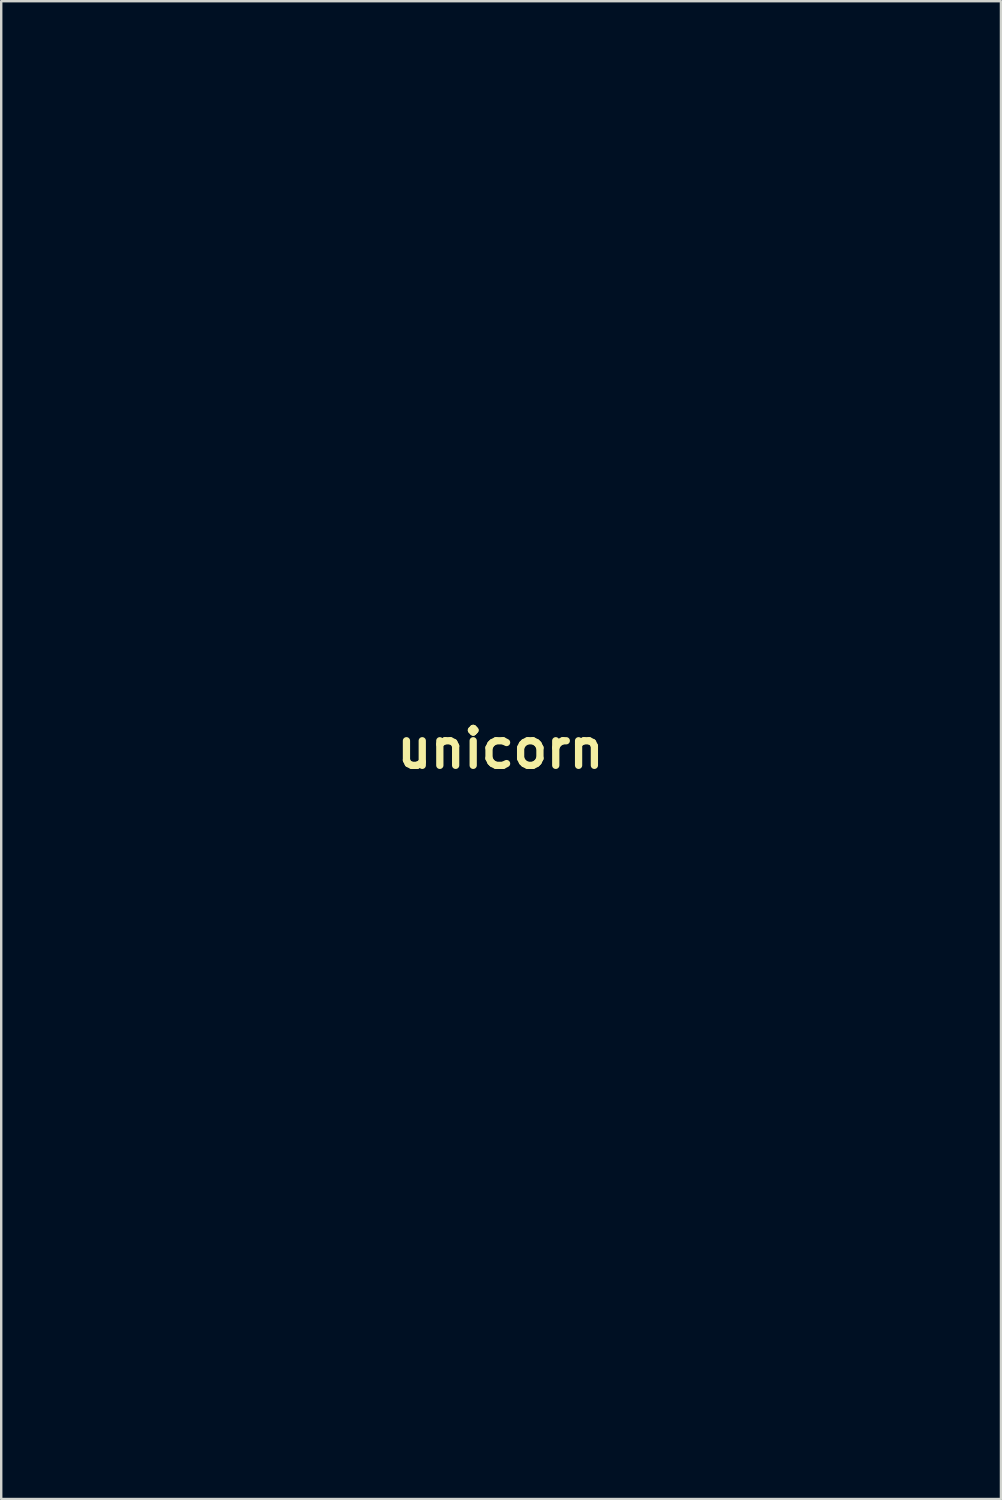
<source format=kicad_pcb>
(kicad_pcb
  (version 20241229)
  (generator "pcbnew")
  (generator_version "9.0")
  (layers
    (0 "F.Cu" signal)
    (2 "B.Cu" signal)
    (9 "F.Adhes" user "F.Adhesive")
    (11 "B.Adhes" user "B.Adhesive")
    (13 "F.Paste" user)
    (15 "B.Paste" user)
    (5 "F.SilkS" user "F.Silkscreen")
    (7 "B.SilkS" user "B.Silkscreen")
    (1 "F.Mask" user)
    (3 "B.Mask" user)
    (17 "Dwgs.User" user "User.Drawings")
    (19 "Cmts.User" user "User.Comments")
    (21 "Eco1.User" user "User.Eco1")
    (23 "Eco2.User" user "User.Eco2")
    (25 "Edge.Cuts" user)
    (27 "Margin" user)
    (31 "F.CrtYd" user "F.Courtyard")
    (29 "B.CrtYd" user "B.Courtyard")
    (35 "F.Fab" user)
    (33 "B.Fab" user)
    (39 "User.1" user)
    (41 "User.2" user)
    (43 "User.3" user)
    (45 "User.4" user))
  (footprint "unicorn"
    (layer "F.Cu")
    (at 17.627 27.884)
    (property "Reference" "unicorn" (at 0 0 0) (layer "F.SilkS") (effects (font (size 1.524 1.524) (thickness 0.3))))
    (attr through_hole)
    (fp_poly (pts (xy -6.478 -21.95) (xy -6.327 -21.895) (xy -6.323 -21.833) (xy -6.446 -21.782) (xy -6.675 -21.759) (xy -6.689 -21.759) (xy -6.911 -21.777) (xy -7.05 -21.821) (xy -7.064 -21.834) (xy -7.033 -21.902) (xy -6.887 -21.949) (xy -6.677 -21.967) (xy -6.478 -21.95)) (stroke (width 0.01) (type solid)) (fill yes) (layer "F.Mask"))
    (fp_poly (pts (xy -5.771 -27.843) (xy -5.657 -27.68) (xy -5.493 -27.413) (xy -5.293 -27.065) (xy -5.166 -26.836) (xy -4.69 -25.966) (xy -4.286 -25.234) (xy -3.947 -24.629) (xy -3.667 -24.141) (xy -3.437 -23.758) (xy -3.251 -23.469) (xy -3.103 -23.263) (xy -2.986 -23.129) (xy -2.892 -23.054) (xy -2.814 -23.03) (xy -2.806 -23.029) (xy -2.629 -23.057) (xy -2.378 -23.126) (xy -2.286 -23.156) (xy -2.005 -23.249) (xy -1.852 -23.266) (xy -1.796 -23.196) (xy -1.808 -23.023) (xy -1.82 -22.945) (xy -1.847 -22.728) (xy -1.819 -22.63) (xy -1.723 -22.606) (xy -1.713 -22.606) (xy -1.557 -22.657) (xy -1.334 -22.786) (xy -1.176 -22.902) (xy -0.865 -23.103) (xy -0.587 -23.199) (xy -0.368 -23.188) (xy -0.237 -23.066) (xy -0.22 -23.008) (xy -0.196 -22.776) (xy -0.197 -22.57) (xy -0.197 -22.441) (xy -0.154 -22.359) (xy -0.032 -22.303) (xy 0.203 -22.252) (xy 0.381 -22.221) (xy 1.131 -22.047) (xy 1.902 -21.791) (xy 2.645 -21.474) (xy 3.317 -21.113) (xy 3.87 -20.731) (xy 3.92 -20.689) (xy 4.146 -20.492) (xy 4.304 -20.338) (xy 4.366 -20.258) (xy 4.365 -20.254) (xy 4.284 -20.281) (xy 4.102 -20.385) (xy 3.855 -20.544) (xy 3.812 -20.573) (xy 3.468 -20.792) (xy 3.148 -20.97) (xy 2.875 -21.098) (xy 2.674 -21.165) (xy 2.57 -21.161) (xy 2.581 -21.084) (xy 2.661 -21.002) (xy 2.848 -20.834) (xy 3.116 -20.601) (xy 3.442 -20.323) (xy 3.606 -20.185) (xy 4.44 -19.438) (xy 5.238 -18.634) (xy 5.974 -17.799) (xy 6.626 -16.963) (xy 7.17 -16.153) (xy 7.511 -15.544) (xy 7.892 -14.785) (xy 7.142 -15.488) (xy 6.424 -16.12) (xy 5.765 -16.615) (xy 5.174 -16.965) (xy 5.055 -17.022) (xy 4.761 -17.129) (xy 4.499 -17.179) (xy 4.31 -17.169) (xy 4.233 -17.094) (xy 4.233 -17.09) (xy 4.291 -16.999) (xy 4.449 -16.814) (xy 4.686 -16.558) (xy 4.982 -16.255) (xy 5.126 -16.111) (xy 5.545 -15.68) (xy 5.952 -15.229) (xy 6.332 -14.776) (xy 6.672 -14.343) (xy 6.956 -13.946) (xy 7.172 -13.607) (xy 7.305 -13.343) (xy 7.34 -13.174) (xy 7.322 -13.136) (xy 7.275 -13.13) (xy 7.193 -13.191) (xy 7.061 -13.336) (xy 6.862 -13.582) (xy 6.583 -13.947) (xy 6.538 -14.006) (xy 6.283 -14.32) (xy 6.09 -14.497) (xy 5.941 -14.549) (xy 5.818 -14.488) (xy 5.816 -14.486) (xy 5.768 -14.374) (xy 5.833 -14.208) (xy 5.864 -14.158) (xy 6.104 -13.728) (xy 6.379 -13.14) (xy 6.688 -12.4) (xy 7.028 -11.512) (xy 7.395 -10.485) (xy 7.58 -9.948) (xy 7.558 -9.92) (xy 7.449 -10.002) (xy 7.275 -10.176) (xy 7.251 -10.202) (xy 6.865 -10.626) (xy 6.861 -10.136) (xy 6.881 -9.78) (xy 6.956 -9.452) (xy 7.103 -9.109) (xy 7.339 -8.708) (xy 7.511 -8.45) (xy 7.685 -8.179) (xy 7.804 -7.961) (xy 7.849 -7.833) (xy 7.845 -7.816) (xy 7.758 -7.838) (xy 7.593 -7.954) (xy 7.439 -8.091) (xy 7.091 -8.424) (xy 7.148 -7.347) (xy 7.182 -6.779) (xy 7.227 -6.331) (xy 7.3 -5.968) (xy 7.415 -5.655) (xy 7.59 -5.356) (xy 7.841 -5.038) (xy 8.182 -4.663) (xy 8.536 -4.295) (xy 8.866 -3.95) (xy 9.138 -3.655) (xy 9.337 -3.427) (xy 9.448 -3.285) (xy 9.456 -3.245) (xy 9.455 -3.245) (xy 9.219 -3.357) (xy 8.887 -3.549) (xy 8.494 -3.796) (xy 8.079 -4.074) (xy 7.678 -4.358) (xy 7.327 -4.623) (xy 7.064 -4.844) (xy 7.054 -4.853) (xy 6.547 -5.397) (xy 6.121 -5.99) (xy 5.794 -6.602) (xy 5.582 -7.201) (xy 5.503 -7.754) (xy 5.503 -7.777) (xy 5.478 -8.099) (xy 5.414 -8.393) (xy 5.325 -8.613) (xy 5.224 -8.718) (xy 5.205 -8.721) (xy 5.092 -8.653) (xy 5.025 -8.443) (xy 5 -8.085) (xy 5.016 -7.577) (xy 5.043 -7.26) (xy 5.086 -6.975) (xy 5.158 -6.707) (xy 5.268 -6.438) (xy 5.427 -6.152) (xy 5.647 -5.832) (xy 5.937 -5.462) (xy 6.309 -5.025) (xy 6.774 -4.506) (xy 7.341 -3.886) (xy 7.568 -3.641) (xy 8.166 -2.966) (xy 8.626 -2.383) (xy 8.95 -1.889) (xy 9.14 -1.483) (xy 9.155 -1.435) (xy 9.209 -1.196) (xy 9.183 -1.023) (xy 9.102 -0.877) (xy 8.951 -0.646) (xy 8.702 -0.937) (xy 8.43 -1.249) (xy 8.228 -1.463) (xy 8.059 -1.61) (xy 7.885 -1.724) (xy 7.711 -1.817) (xy 7.486 -1.918) (xy 7.144 -2.056) (xy 6.727 -2.216) (xy 6.278 -2.379) (xy 6.181 -2.413) (xy 5.554 -2.638) (xy 5.066 -2.828) (xy 4.69 -2.994) (xy 4.401 -3.148) (xy 4.175 -3.301) (xy 4.158 -3.314) (xy 3.957 -3.446) (xy 3.847 -3.446) (xy 3.81 -3.315) (xy 3.81 -3.291) (xy 3.855 -3.076) (xy 3.996 -2.828) (xy 4.247 -2.533) (xy 4.62 -2.177) (xy 5.086 -1.777) (xy 5.418 -1.496) (xy 5.698 -1.248) (xy 5.9 -1.055) (xy 6.003 -0.938) (xy 6.011 -0.92) (xy 5.943 -0.863) (xy 5.739 -0.898) (xy 5.395 -1.025) (xy 4.913 -1.245) (xy 4.829 -1.285) (xy 4.394 -1.519) (xy 4.021 -1.778) (xy 3.643 -2.109) (xy 3.47 -2.278) (xy 2.958 -2.843) (xy 2.57 -3.4) (xy 2.274 -4) (xy 2.122 -4.417) (xy 1.978 -4.797) (xy 1.838 -5.047) (xy 1.711 -5.153) (xy 1.628 -5.127) (xy 1.599 -5.018) (xy 1.578 -4.786) (xy 1.57 -4.477) (xy 1.57 -4.416) (xy 1.585 -4.024) (xy 1.638 -3.714) (xy 1.748 -3.402) (xy 1.84 -3.197) (xy 2.094 -2.703) (xy 2.386 -2.237) (xy 2.735 -1.775) (xy 3.161 -1.295) (xy 3.683 -0.775) (xy 4.319 -0.192) (xy 4.572 0.031) (xy 5.346 0.716) (xy 6.002 1.321) (xy 6.557 1.863) (xy 7.029 2.362) (xy 7.437 2.838) (xy 7.797 3.31) (xy 8.128 3.797) (xy 8.297 4.066) (xy 8.593 4.531) (xy 8.84 4.871) (xy 9.065 5.114) (xy 9.29 5.286) (xy 9.474 5.385) (xy 9.88 5.608) (xy 10.354 5.922) (xy 10.848 6.294) (xy 10.922 6.355) (xy 11.469 6.748) (xy 12.136 7.138) (xy 12.873 7.498) (xy 13.271 7.665) (xy 13.602 7.8) (xy 13.863 7.914) (xy 14.022 7.992) (xy 14.055 8.017) (xy 13.978 8.029) (xy 13.777 8.022) (xy 13.504 7.998) (xy 13.165 7.974) (xy 12.986 7.994) (xy 12.954 8.029) (xy 13.025 8.104) (xy 13.215 8.232) (xy 13.494 8.395) (xy 13.719 8.515) (xy 14.234 8.817) (xy 14.705 9.159) (xy 15.11 9.522) (xy 15.431 9.883) (xy 15.646 10.222) (xy 15.735 10.518) (xy 15.732 10.61) (xy 15.646 10.765) (xy 15.536 10.795) (xy 15.42 10.756) (xy 15.334 10.614) (xy 15.266 10.387) (xy 15.096 9.972) (xy 14.804 9.544) (xy 14.425 9.148) (xy 14.198 8.966) (xy 13.958 8.803) (xy 13.801 8.733) (xy 13.727 8.765) (xy 13.735 8.91) (xy 13.823 9.18) (xy 13.99 9.583) (xy 14.105 9.842) (xy 14.343 10.376) (xy 14.538 10.825) (xy 14.694 11.214) (xy 14.816 11.569) (xy 14.91 11.917) (xy 14.98 12.282) (xy 15.032 12.691) (xy 15.071 13.17) (xy 15.101 13.745) (xy 15.129 14.44) (xy 15.154 15.155) (xy 15.19 16.073) (xy 15.234 16.843) (xy 15.292 17.487) (xy 15.373 18.027) (xy 15.481 18.484) (xy 15.626 18.881) (xy 15.813 19.238) (xy 16.049 19.577) (xy 16.342 19.921) (xy 16.698 20.29) (xy 16.855 20.445) (xy 17.255 20.845) (xy 17.525 21.137) (xy 17.666 21.321) (xy 17.677 21.4) (xy 17.559 21.372) (xy 17.312 21.24) (xy 16.935 21.004) (xy 16.849 20.948) (xy 16.082 20.387) (xy 15.412 19.782) (xy 14.863 19.157) (xy 14.51 18.627) (xy 14.299 18.194) (xy 14.079 17.641) (xy 13.869 17.012) (xy 13.807 16.806) (xy 13.65 16.34) (xy 13.502 16.037) (xy 13.374 15.891) (xy 13.277 15.897) (xy 13.22 16.048) (xy 13.214 16.339) (xy 13.269 16.764) (xy 13.335 17.081) (xy 13.567 17.799) (xy 13.935 18.553) (xy 14.443 19.35) (xy 15.097 20.197) (xy 15.902 21.103) (xy 15.985 21.191) (xy 16.44 21.68) (xy 16.784 22.078) (xy 17.033 22.41) (xy 17.199 22.7) (xy 17.296 22.973) (xy 17.338 23.253) (xy 17.34 23.566) (xy 17.34 23.58) (xy 17.314 24.145) (xy 17.06 23.806) (xy 16.806 23.519) (xy 16.487 23.261) (xy 16.077 23.016) (xy 15.55 22.771) (xy 14.922 22.523) (xy 14.405 22.32) (xy 13.837 22.08) (xy 13.293 21.835) (xy 12.893 21.641) (xy 12.532 21.459) (xy 12.226 21.309) (xy 12.006 21.207) (xy 11.904 21.167) (xy 11.903 21.167) (xy 11.877 21.226) (xy 11.948 21.388) (xy 12.098 21.63) (xy 12.31 21.928) (xy 12.568 22.259) (xy 12.856 22.598) (xy 13.114 22.88) (xy 13.401 23.186) (xy 13.634 23.449) (xy 13.793 23.646) (xy 13.859 23.752) (xy 13.858 23.762) (xy 13.746 23.766) (xy 13.523 23.696) (xy 13.221 23.568) (xy 12.873 23.396) (xy 12.513 23.196) (xy 12.244 23.03) (xy 11.528 22.468) (xy 10.877 21.772) (xy 10.312 20.97) (xy 9.853 20.092) (xy 9.519 19.167) (xy 9.476 19.008) (xy 9.358 18.398) (xy 9.281 17.68) (xy 9.247 16.912) (xy 9.26 16.15) (xy 9.297 15.663) (xy 9.337 15.211) (xy 9.342 14.911) (xy 9.309 14.75) (xy 9.234 14.713) (xy 9.114 14.785) (xy 9.077 14.818) (xy 8.892 15.022) (xy 8.757 15.255) (xy 8.665 15.551) (xy 8.603 15.944) (xy 8.564 16.467) (xy 8.559 16.567) (xy 8.528 17.074) (xy 8.492 17.425) (xy 8.447 17.631) (xy 8.392 17.706) (xy 8.342 17.684) (xy 8.283 17.555) (xy 8.212 17.294) (xy 8.136 16.937) (xy 8.062 16.521) (xy 7.999 16.082) (xy 7.962 15.76) (xy 7.902 15.041) (xy 7.878 14.381) (xy 7.892 13.747) (xy 7.949 13.104) (xy 8.052 12.419) (xy 8.203 11.658) (xy 8.408 10.785) (xy 8.511 10.372) (xy 8.721 9.495) (xy 8.869 8.761) (xy 8.953 8.17) (xy 8.973 7.727) (xy 8.93 7.434) (xy 8.824 7.294) (xy 8.762 7.281) (xy 8.668 7.353) (xy 8.528 7.543) (xy 8.368 7.819) (xy 8.33 7.893) (xy 8.094 8.328) (xy 7.788 8.833) (xy 7.402 9.421) (xy 6.928 10.106) (xy 6.356 10.902) (xy 6.156 11.176) (xy 5.842 11.61) (xy 5.535 12.047) (xy 5.262 12.448) (xy 5.05 12.773) (xy 4.975 12.894) (xy 4.804 13.189) (xy 4.706 13.403) (xy 4.663 13.602) (xy 4.661 13.851) (xy 4.678 14.122) (xy 4.749 14.651) (xy 4.881 15.201) (xy 4.948 15.409) (xy 5.127 15.919) (xy 5.257 16.301) (xy 5.342 16.591) (xy 5.389 16.821) (xy 5.403 17.023) (xy 5.392 17.232) (xy 5.36 17.481) (xy 5.344 17.594) (xy 5.211 18.237) (xy 4.987 18.982) (xy 4.682 19.795) (xy 4.361 20.532) (xy 4.111 21.082) (xy 3.924 21.538) (xy 3.788 21.943) (xy 3.694 22.342) (xy 3.631 22.778) (xy 3.588 23.297) (xy 3.556 23.918) (xy 3.534 24.406) (xy 3.514 24.831) (xy 3.498 25.165) (xy 3.486 25.382) (xy 3.48 25.455) (xy 3.426 25.522) (xy 3.295 25.679) (xy 3.177 25.821) (xy 3.016 26.033) (xy 2.898 26.249) (xy 2.801 26.521) (xy 2.704 26.897) (xy 2.676 27.02) (xy 2.635 27.148) (xy 2.558 27.241) (xy 2.416 27.313) (xy 2.179 27.376) (xy 1.816 27.443) (xy 1.619 27.476) (xy 1.187 27.563) (xy 0.893 27.662) (xy 0.707 27.783) (xy 0.604 27.865) (xy 0.481 27.921) (xy 0.303 27.957) (xy 0.035 27.978) (xy -0.358 27.991) (xy -0.489 27.994) (xy -0.894 27.999) (xy -1.247 27.996) (xy -1.507 27.986) (xy -1.63 27.971) (xy -1.755 27.887) (xy -1.778 27.828) (xy -1.732 27.733) (xy -1.604 27.518) (xy -1.407 27.203) (xy -1.153 26.809) (xy -0.855 26.355) (xy -0.6 25.973) (xy 0.124 24.859) (xy 0.732 23.848) (xy 1.23 22.923) (xy 1.623 22.069) (xy 1.918 21.271) (xy 2.12 20.514) (xy 2.236 19.781) (xy 2.272 19.059) (xy 2.262 18.69) (xy 2.229 18.249) (xy 2.177 17.914) (xy 2.091 17.623) (xy 1.963 17.32) (xy 1.614 16.673) (xy 1.14 15.945) (xy 0.586 15.198) (xy 0.112 14.553) (xy -0.37 13.828) (xy -0.841 13.058) (xy -1.28 12.278) (xy -1.668 11.524) (xy -1.984 10.831) (xy -2.197 10.269) (xy -2.331 9.648) (xy -2.367 8.909) (xy -2.305 8.072) (xy -2.202 7.433) (xy -2.102 6.882) (xy -2.049 6.464) (xy -2.042 6.148) (xy -2.081 5.903) (xy -2.169 5.7) (xy -2.246 5.583) (xy -2.363 5.446) (xy -2.583 5.21) (xy -2.887 4.894) (xy -3.257 4.517) (xy -3.674 4.098) (xy -4.093 3.683) (xy -5.075 2.686) (xy -5.938 1.743) (xy -6.71 0.819) (xy -7.415 -0.121) (xy -8.08 -1.11) (xy -8.733 -2.184) (xy -9.165 -2.95) (xy -9.546 -3.634) (xy -9.867 -4.187) (xy -10.145 -4.628) (xy -10.397 -4.979) (xy -10.639 -5.257) (xy -10.89 -5.483) (xy -11.166 -5.677) (xy -11.484 -5.859) (xy -11.833 -6.034) (xy -12.345 -6.256) (xy -12.749 -6.368) (xy -13.063 -6.372) (xy -13.305 -6.27) (xy -13.421 -6.161) (xy -13.595 -5.86) (xy -13.716 -5.451) (xy -13.781 -4.985) (xy -13.788 -4.51) (xy -13.734 -4.075) (xy -13.616 -3.73) (xy -13.561 -3.642) (xy -13.44 -3.428) (xy -13.393 -3.181) (xy -13.396 -2.948) (xy -13.42 -2.509) (xy -13.045 -2.399) (xy -12.669 -2.253) (xy -12.433 -2.062) (xy -12.312 -1.787) (xy -12.277 -1.394) (xy -12.277 -1.384) (xy -12.309 -0.959) (xy -12.397 -0.575) (xy -12.527 -0.272) (xy -12.685 -0.093) (xy -12.697 -0.086) (xy -12.887 -0.077) (xy -13.163 -0.192) (xy -13.513 -0.421) (xy -13.924 -0.751) (xy -14.382 -1.17) (xy -14.877 -1.666) (xy -15.394 -2.227) (xy -15.921 -2.841) (xy -16.446 -3.495) (xy -16.862 -4.049) (xy -17.344 -4.711) (xy -15.746 -4.711) (xy -15.727 -4.476) (xy -15.692 -4.374) (xy -15.575 -4.336) (xy -15.369 -4.318) (xy -15.351 -4.318) (xy -15.137 -4.347) (xy -15.018 -4.461) (xy -14.977 -4.551) (xy -14.937 -4.778) (xy -14.93 -5.115) (xy -14.952 -5.509) (xy -14.999 -5.905) (xy -15.067 -6.249) (xy -15.125 -6.429) (xy -15.211 -6.612) (xy -15.281 -6.659) (xy -15.372 -6.593) (xy -15.373 -6.592) (xy -15.467 -6.44) (xy -15.568 -6.189) (xy -15.624 -6.004) (xy -15.681 -5.72) (xy -15.721 -5.379) (xy -15.744 -5.027) (xy -15.746 -4.711) (xy -17.344 -4.711) (xy -17.622 -5.092) (xy -17.079 -6.377) (xy -16.882 -6.845) (xy -16.697 -7.29) (xy -16.539 -7.676) (xy -16.423 -7.965) (xy -16.383 -8.069) (xy -16.225 -8.38) (xy -16.025 -8.63) (xy -15.816 -8.78) (xy -15.708 -8.805) (xy -15.593 -8.881) (xy -15.49 -9.071) (xy -15.423 -9.323) (xy -15.409 -9.489) (xy -15.33 -9.916) (xy -15.11 -10.311) (xy -14.906 -10.524) (xy -14.707 -10.662) (xy -14.495 -10.738) (xy -14.249 -10.749) (xy -13.953 -10.688) (xy -13.588 -10.55) (xy -13.136 -10.331) (xy -12.578 -10.024) (xy -12.031 -9.705) (xy -11.551 -9.428) (xy -11.187 -9.239) (xy -10.919 -9.132) (xy -10.724 -9.098) (xy -10.58 -9.13) (xy -10.498 -9.187) (xy -10.356 -9.383) (xy -10.29 -9.556) (xy -10.092 -10.072) (xy -9.73 -10.57) (xy -9.202 -11.05) (xy -8.507 -11.514) (xy -7.959 -11.811) (xy -7.408 -12.097) (xy -6.964 -12.359) (xy -6.573 -12.631) (xy -6.185 -12.952) (xy -5.746 -13.356) (xy -5.728 -13.373) (xy -4.993 -14.155) (xy -4.411 -14.949) (xy -4.126 -15.452) (xy -4.008 -15.718) (xy -3.879 -16.058) (xy -3.753 -16.424) (xy -3.647 -16.77) (xy -3.577 -17.046) (xy -3.556 -17.188) (xy -3.635 -17.239) (xy -3.855 -17.266) (xy -4.19 -17.272) (xy -4.612 -17.259) (xy -5.095 -17.23) (xy -5.614 -17.186) (xy -6.14 -17.131) (xy -6.649 -17.067) (xy -7.112 -16.996) (xy -7.505 -16.92) (xy -7.799 -16.841) (xy -7.913 -16.797) (xy -8.179 -16.664) (xy -8.408 -16.543) (xy -8.736 -16.454) (xy -9.117 -16.504) (xy -9.518 -16.686) (xy -9.677 -16.795) (xy -10.043 -17.152) (xy -10.249 -17.538) (xy -10.3 -17.935) (xy -10.197 -18.326) (xy -9.947 -18.694) (xy -9.55 -19.022) (xy -9.174 -19.225) (xy -8.766 -19.423) (xy -8.275 -19.685) (xy -7.73 -19.993) (xy -7.159 -20.329) (xy -6.593 -20.676) (xy -6.058 -21.016) (xy -5.585 -21.332) (xy -5.202 -21.606) (xy -4.938 -21.819) (xy -4.922 -21.833) (xy -4.73 -22.042) (xy -4.662 -22.187) (xy -4.721 -22.251) (xy -4.847 -22.238) (xy -5.05 -22.196) (xy -5.326 -22.147) (xy -5.419 -22.132) (xy -5.8 -22.073) (xy -5.643 -22.249) (xy -5.547 -22.37) (xy -5.568 -22.428) (xy -5.73 -22.464) (xy -5.77 -22.47) (xy -5.993 -22.496) (xy -6.32 -22.522) (xy -6.684 -22.544) (xy -6.731 -22.546) (xy -7.299 -22.608) (xy -7.772 -22.751) (xy -8.205 -23) (xy -8.636 -23.359) (xy -9.102 -23.794) (xy -8.263 -23.355) (xy -7.872 -23.155) (xy -7.576 -23.024) (xy -7.326 -22.945) (xy -7.069 -22.901) (xy -6.771 -22.877) (xy -6.439 -22.875) (xy -6.039 -22.898) (xy -5.609 -22.94) (xy -5.189 -22.996) (xy -4.816 -23.061) (xy -4.531 -23.13) (xy -4.372 -23.198) (xy -4.363 -23.205) (xy -4.334 -23.346) (xy -4.378 -23.638) (xy -4.494 -24.078) (xy -4.682 -24.665) (xy -4.942 -25.397) (xy -5.224 -26.147) (xy -5.411 -26.643) (xy -5.573 -27.088) (xy -5.701 -27.457) (xy -5.786 -27.725) (xy -5.82 -27.866) (xy -5.82 -27.879) (xy -5.771 -27.843)) (stroke (width 0.01) (type solid)) (fill yes) (layer "F.Mask")))
  (gr_rect
    (start -3 -3)
    (end 38.309 58.888)
    (stroke (width 0.1) (type default))
    (fill no)
    (layer "Edge.Cuts")))
</source>
